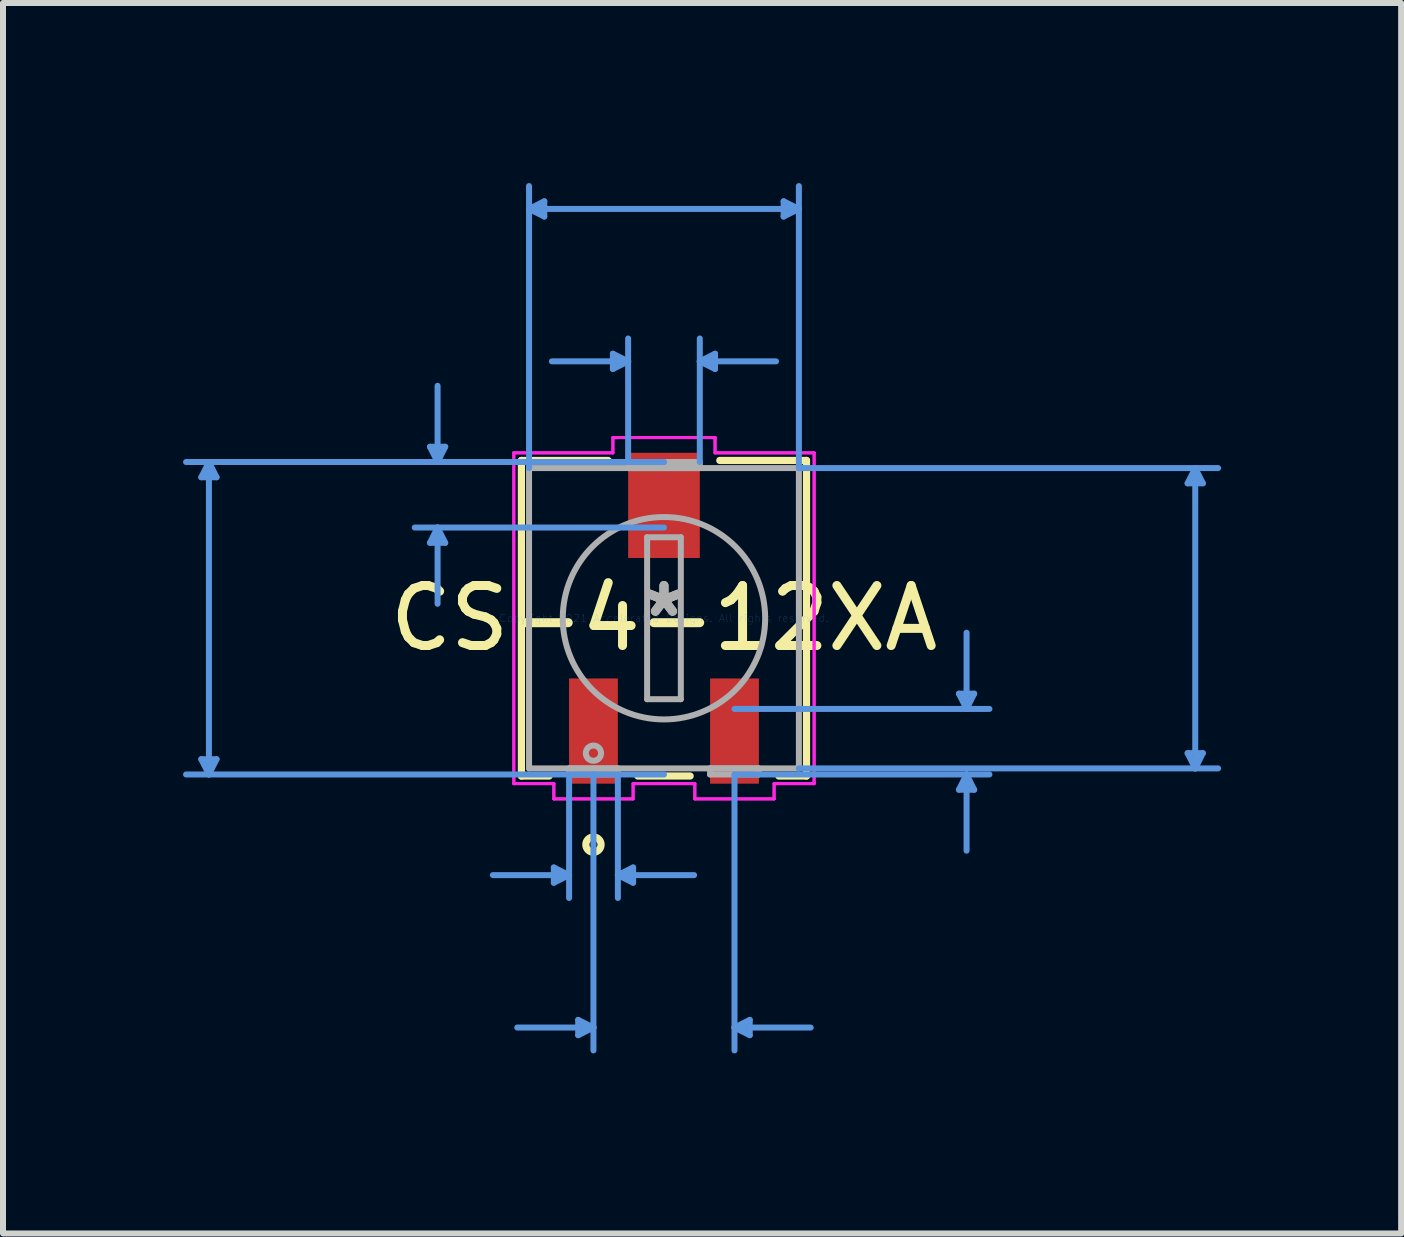
<source format=kicad_pcb>
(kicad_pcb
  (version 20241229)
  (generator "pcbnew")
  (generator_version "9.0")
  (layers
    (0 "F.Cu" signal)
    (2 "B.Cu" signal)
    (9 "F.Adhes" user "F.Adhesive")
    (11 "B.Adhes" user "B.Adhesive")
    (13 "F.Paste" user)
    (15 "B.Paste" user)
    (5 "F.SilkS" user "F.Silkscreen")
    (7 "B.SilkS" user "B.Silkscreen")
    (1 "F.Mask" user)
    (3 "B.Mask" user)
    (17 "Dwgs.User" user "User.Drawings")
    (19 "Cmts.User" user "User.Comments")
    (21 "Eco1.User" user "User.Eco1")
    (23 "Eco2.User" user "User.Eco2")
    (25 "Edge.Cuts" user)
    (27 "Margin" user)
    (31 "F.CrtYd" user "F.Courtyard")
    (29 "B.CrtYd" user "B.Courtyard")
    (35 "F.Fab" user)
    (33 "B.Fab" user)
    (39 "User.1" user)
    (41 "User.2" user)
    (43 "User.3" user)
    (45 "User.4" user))
  (footprint "CS-4-12XA"
    (layer "F.Cu")
    (at 8.013 7.251)
    (property "Reference" "CS-4-12XA" (at 0 0 0) (layer "F.SilkS") (effects (font (size 1 1) (thickness 0.15))))
    (attr through_hole)
    (fp_line (start -2.375 -2.629) (end -2.375 2.629) (stroke (width 0.12) (type solid)) (layer "F.SilkS"))
    (fp_line (start -2.375 2.629) (end -1.914 2.629) (stroke (width 0.12) (type solid)) (layer "F.SilkS"))
    (fp_line (start -0.93 -2.629) (end -2.375 -2.629) (stroke (width 0.12) (type solid)) (layer "F.SilkS"))
    (fp_line (start -0.436 2.629) (end 0.436 2.629) (stroke (width 0.12) (type solid)) (layer "F.SilkS"))
    (fp_line (start 1.914 2.629) (end 2.375 2.629) (stroke (width 0.12) (type solid)) (layer "F.SilkS"))
    (fp_line (start 2.375 -2.629) (end 0.93 -2.629) (stroke (width 0.12) (type solid)) (layer "F.SilkS"))
    (fp_line (start 2.375 -2.629) (end 2.375 2.629) (stroke (width 0.12) (type solid)) (layer "F.SilkS"))
    (fp_circle (center -1.175 3.772) (end -1.048 3.772) (stroke (width 0.12) (type solid)) (fill no) (layer "F.SilkS"))
    (fp_line (start -7.709 -2.349) (end -7.455 -2.349) (stroke (width 0.1) (type solid)) (layer "Cmts.User"))
    (fp_line (start -7.709 2.349) (end -7.455 2.349) (stroke (width 0.1) (type solid)) (layer "Cmts.User"))
    (fp_line (start -7.582 -2.603) (end -7.709 -2.349) (stroke (width 0.1) (type solid)) (layer "Cmts.User"))
    (fp_line (start -7.582 -2.603) (end -7.582 2.603) (stroke (width 0.1) (type solid)) (layer "Cmts.User"))
    (fp_line (start -7.582 -2.603) (end -7.455 -2.349) (stroke (width 0.1) (type solid)) (layer "Cmts.User"))
    (fp_line (start -7.582 2.603) (end -7.709 2.349) (stroke (width 0.1) (type solid)) (layer "Cmts.User"))
    (fp_line (start -7.582 2.603) (end -7.455 2.349) (stroke (width 0.1) (type solid)) (layer "Cmts.User"))
    (fp_line (start -3.899 -2.857) (end -3.645 -2.857) (stroke (width 0.1) (type solid)) (layer "Cmts.User"))
    (fp_line (start -3.899 -1.257) (end -3.645 -1.257) (stroke (width 0.1) (type solid)) (layer "Cmts.User"))
    (fp_line (start -3.772 -2.603) (end -3.899 -2.857) (stroke (width 0.1) (type solid)) (layer "Cmts.User"))
    (fp_line (start -3.772 -2.603) (end -3.772 -3.873) (stroke (width 0.1) (type solid)) (layer "Cmts.User"))
    (fp_line (start -3.772 -2.603) (end -3.645 -2.857) (stroke (width 0.1) (type solid)) (layer "Cmts.User"))
    (fp_line (start -3.772 -1.511) (end -3.899 -1.257) (stroke (width 0.1) (type solid)) (layer "Cmts.User"))
    (fp_line (start -3.772 -1.511) (end -3.772 -0.241) (stroke (width 0.1) (type solid)) (layer "Cmts.User"))
    (fp_line (start -3.772 -1.511) (end -3.645 -1.257) (stroke (width 0.1) (type solid)) (layer "Cmts.User"))
    (fp_line (start -2.248 -6.82) (end -1.994 -6.947) (stroke (width 0.1) (type solid)) (layer "Cmts.User"))
    (fp_line (start -2.248 -6.82) (end -1.994 -6.693) (stroke (width 0.1) (type solid)) (layer "Cmts.User"))
    (fp_line (start -2.248 -6.82) (end 2.248 -6.82) (stroke (width 0.1) (type solid)) (layer "Cmts.User"))
    (fp_line (start -2.248 -2.502) (end -2.248 -7.201) (stroke (width 0.1) (type solid)) (layer "Cmts.User"))
    (fp_line (start -1.994 -6.947) (end -1.994 -6.693) (stroke (width 0.1) (type solid)) (layer "Cmts.User"))
    (fp_line (start -1.835 4.153) (end -1.835 4.407) (stroke (width 0.1) (type solid)) (layer "Cmts.User"))
    (fp_line (start -1.581 2.603) (end -1.581 4.661) (stroke (width 0.1) (type solid)) (layer "Cmts.User"))
    (fp_line (start -1.581 4.28) (end -2.851 4.28) (stroke (width 0.1) (type solid)) (layer "Cmts.User"))
    (fp_line (start -1.581 4.28) (end -1.835 4.153) (stroke (width 0.1) (type solid)) (layer "Cmts.User"))
    (fp_line (start -1.581 4.28) (end -1.835 4.407) (stroke (width 0.1) (type solid)) (layer "Cmts.User"))
    (fp_line (start -1.429 6.693) (end -1.429 6.947) (stroke (width 0.1) (type solid)) (layer "Cmts.User"))
    (fp_line (start -1.175 2.603) (end -1.175 7.201) (stroke (width 0.1) (type solid)) (layer "Cmts.User"))
    (fp_line (start -1.175 6.82) (end -2.445 6.82) (stroke (width 0.1) (type solid)) (layer "Cmts.User"))
    (fp_line (start -1.175 6.82) (end -1.429 6.693) (stroke (width 0.1) (type solid)) (layer "Cmts.User"))
    (fp_line (start -1.175 6.82) (end -1.429 6.947) (stroke (width 0.1) (type solid)) (layer "Cmts.User"))
    (fp_line (start -0.851 -4.407) (end -0.851 -4.153) (stroke (width 0.1) (type solid)) (layer "Cmts.User"))
    (fp_line (start -0.768 2.603) (end -0.768 4.661) (stroke (width 0.1) (type solid)) (layer "Cmts.User"))
    (fp_line (start -0.768 4.28) (end -0.514 4.153) (stroke (width 0.1) (type solid)) (layer "Cmts.User"))
    (fp_line (start -0.768 4.28) (end -0.514 4.407) (stroke (width 0.1) (type solid)) (layer "Cmts.User"))
    (fp_line (start -0.768 4.28) (end 0.502 4.28) (stroke (width 0.1) (type solid)) (layer "Cmts.User"))
    (fp_line (start -0.597 -4.28) (end -1.867 -4.28) (stroke (width 0.1) (type solid)) (layer "Cmts.User"))
    (fp_line (start -0.597 -4.28) (end -0.851 -4.407) (stroke (width 0.1) (type solid)) (layer "Cmts.User"))
    (fp_line (start -0.597 -4.28) (end -0.851 -4.153) (stroke (width 0.1) (type solid)) (layer "Cmts.User"))
    (fp_line (start -0.597 -2.603) (end -0.597 -4.661) (stroke (width 0.1) (type solid)) (layer "Cmts.User"))
    (fp_line (start -0.514 4.153) (end -0.514 4.407) (stroke (width 0.1) (type solid)) (layer "Cmts.User"))
    (fp_line (start 0 -2.603) (end -7.963 -2.603) (stroke (width 0.1) (type solid)) (layer "Cmts.User"))
    (fp_line (start 0 -2.603) (end -4.153 -2.603) (stroke (width 0.1) (type solid)) (layer "Cmts.User"))
    (fp_line (start 0 -1.511) (end -4.153 -1.511) (stroke (width 0.1) (type solid)) (layer "Cmts.User"))
    (fp_line (start 0 2.603) (end -7.963 2.603) (stroke (width 0.1) (type solid)) (layer "Cmts.User"))
    (fp_line (start 0.597 -4.28) (end 0.851 -4.407) (stroke (width 0.1) (type solid)) (layer "Cmts.User"))
    (fp_line (start 0.597 -4.28) (end 0.851 -4.153) (stroke (width 0.1) (type solid)) (layer "Cmts.User"))
    (fp_line (start 0.597 -4.28) (end 1.867 -4.28) (stroke (width 0.1) (type solid)) (layer "Cmts.User"))
    (fp_line (start 0.597 -2.603) (end 0.597 -4.661) (stroke (width 0.1) (type solid)) (layer "Cmts.User"))
    (fp_line (start 0.851 -4.407) (end 0.851 -4.153) (stroke (width 0.1) (type solid)) (layer "Cmts.User"))
    (fp_line (start 1.175 1.511) (end 5.423 1.511) (stroke (width 0.1) (type solid)) (layer "Cmts.User"))
    (fp_line (start 1.175 2.603) (end 1.175 7.201) (stroke (width 0.1) (type solid)) (layer "Cmts.User"))
    (fp_line (start 1.175 2.603) (end 5.423 2.603) (stroke (width 0.1) (type solid)) (layer "Cmts.User"))
    (fp_line (start 1.175 6.82) (end 1.429 6.693) (stroke (width 0.1) (type solid)) (layer "Cmts.User"))
    (fp_line (start 1.175 6.82) (end 1.429 6.947) (stroke (width 0.1) (type solid)) (layer "Cmts.User"))
    (fp_line (start 1.175 6.82) (end 2.445 6.82) (stroke (width 0.1) (type solid)) (layer "Cmts.User"))
    (fp_line (start 1.429 6.693) (end 1.429 6.947) (stroke (width 0.1) (type solid)) (layer "Cmts.User"))
    (fp_line (start 1.994 -6.947) (end 1.994 -6.693) (stroke (width 0.1) (type solid)) (layer "Cmts.User"))
    (fp_line (start 2.248 -6.82) (end 1.994 -6.947) (stroke (width 0.1) (type solid)) (layer "Cmts.User"))
    (fp_line (start 2.248 -6.82) (end 1.994 -6.693) (stroke (width 0.1) (type solid)) (layer "Cmts.User"))
    (fp_line (start 2.248 -2.502) (end 2.248 -7.201) (stroke (width 0.1) (type solid)) (layer "Cmts.User"))
    (fp_line (start 2.248 -2.502) (end 9.233 -2.502) (stroke (width 0.1) (type solid)) (layer "Cmts.User"))
    (fp_line (start 2.248 2.502) (end 9.233 2.502) (stroke (width 0.1) (type solid)) (layer "Cmts.User"))
    (fp_line (start 4.915 1.257) (end 5.169 1.257) (stroke (width 0.1) (type solid)) (layer "Cmts.User"))
    (fp_line (start 4.915 2.857) (end 5.169 2.857) (stroke (width 0.1) (type solid)) (layer "Cmts.User"))
    (fp_line (start 5.042 1.511) (end 4.915 1.257) (stroke (width 0.1) (type solid)) (layer "Cmts.User"))
    (fp_line (start 5.042 1.511) (end 5.042 0.241) (stroke (width 0.1) (type solid)) (layer "Cmts.User"))
    (fp_line (start 5.042 1.511) (end 5.169 1.257) (stroke (width 0.1) (type solid)) (layer "Cmts.User"))
    (fp_line (start 5.042 2.603) (end 4.915 2.857) (stroke (width 0.1) (type solid)) (layer "Cmts.User"))
    (fp_line (start 5.042 2.603) (end 5.042 3.873) (stroke (width 0.1) (type solid)) (layer "Cmts.User"))
    (fp_line (start 5.042 2.603) (end 5.169 2.857) (stroke (width 0.1) (type solid)) (layer "Cmts.User"))
    (fp_line (start 8.725 -2.248) (end 8.979 -2.248) (stroke (width 0.1) (type solid)) (layer "Cmts.User"))
    (fp_line (start 8.725 2.248) (end 8.979 2.248) (stroke (width 0.1) (type solid)) (layer "Cmts.User"))
    (fp_line (start 8.852 -2.502) (end 8.725 -2.248) (stroke (width 0.1) (type solid)) (layer "Cmts.User"))
    (fp_line (start 8.852 -2.502) (end 8.852 2.502) (stroke (width 0.1) (type solid)) (layer "Cmts.User"))
    (fp_line (start 8.852 -2.502) (end 8.979 -2.248) (stroke (width 0.1) (type solid)) (layer "Cmts.User"))
    (fp_line (start 8.852 2.502) (end 8.725 2.248) (stroke (width 0.1) (type solid)) (layer "Cmts.User"))
    (fp_line (start 8.852 2.502) (end 8.979 2.248) (stroke (width 0.1) (type solid)) (layer "Cmts.User"))
    (fp_line (start -2.502 -2.756) (end -0.851 -2.756) (stroke (width 0.05) (type solid)) (layer "F.CrtYd"))
    (fp_line (start -2.502 -2.756) (end -0.851 -2.756) (stroke (width 0.05) (type solid)) (layer "F.CrtYd"))
    (fp_line (start -2.502 2.756) (end -2.502 -2.756) (stroke (width 0.05) (type solid)) (layer "F.CrtYd"))
    (fp_line (start -2.502 2.756) (end -2.502 -2.756) (stroke (width 0.05) (type solid)) (layer "F.CrtYd"))
    (fp_line (start -1.835 2.756) (end -2.502 2.756) (stroke (width 0.05) (type solid)) (layer "F.CrtYd"))
    (fp_line (start -1.835 2.756) (end -2.502 2.756) (stroke (width 0.05) (type solid)) (layer "F.CrtYd"))
    (fp_line (start -1.835 3.01) (end -1.835 2.756) (stroke (width 0.05) (type solid)) (layer "F.CrtYd"))
    (fp_line (start -1.835 3.01) (end -1.835 2.756) (stroke (width 0.05) (type solid)) (layer "F.CrtYd"))
    (fp_line (start -0.851 -3.01) (end 0.851 -3.01) (stroke (width 0.05) (type solid)) (layer "F.CrtYd"))
    (fp_line (start -0.851 -3.01) (end 0.851 -3.01) (stroke (width 0.05) (type solid)) (layer "F.CrtYd"))
    (fp_line (start -0.851 -2.756) (end -0.851 -3.01) (stroke (width 0.05) (type solid)) (layer "F.CrtYd"))
    (fp_line (start -0.851 -2.756) (end -0.851 -3.01) (stroke (width 0.05) (type solid)) (layer "F.CrtYd"))
    (fp_line (start -0.514 2.756) (end -0.514 3.01) (stroke (width 0.05) (type solid)) (layer "F.CrtYd"))
    (fp_line (start -0.514 2.756) (end -0.514 3.01) (stroke (width 0.05) (type solid)) (layer "F.CrtYd"))
    (fp_line (start -0.514 3.01) (end -1.835 3.01) (stroke (width 0.05) (type solid)) (layer "F.CrtYd"))
    (fp_line (start -0.514 3.01) (end -1.835 3.01) (stroke (width 0.05) (type solid)) (layer "F.CrtYd"))
    (fp_line (start 0.514 2.756) (end -0.514 2.756) (stroke (width 0.05) (type solid)) (layer "F.CrtYd"))
    (fp_line (start 0.514 2.756) (end -0.514 2.756) (stroke (width 0.05) (type solid)) (layer "F.CrtYd"))
    (fp_line (start 0.514 3.01) (end 0.514 2.756) (stroke (width 0.05) (type solid)) (layer "F.CrtYd"))
    (fp_line (start 0.514 3.01) (end 0.514 2.756) (stroke (width 0.05) (type solid)) (layer "F.CrtYd"))
    (fp_line (start 0.851 -3.01) (end 0.851 -2.756) (stroke (width 0.05) (type solid)) (layer "F.CrtYd"))
    (fp_line (start 0.851 -3.01) (end 0.851 -2.756) (stroke (width 0.05) (type solid)) (layer "F.CrtYd"))
    (fp_line (start 0.851 -2.756) (end 2.502 -2.756) (stroke (width 0.05) (type solid)) (layer "F.CrtYd"))
    (fp_line (start 0.851 -2.756) (end 2.502 -2.756) (stroke (width 0.05) (type solid)) (layer "F.CrtYd"))
    (fp_line (start 1.835 2.756) (end 1.835 3.01) (stroke (width 0.05) (type solid)) (layer "F.CrtYd"))
    (fp_line (start 1.835 2.756) (end 1.835 3.01) (stroke (width 0.05) (type solid)) (layer "F.CrtYd"))
    (fp_line (start 1.835 3.01) (end 0.514 3.01) (stroke (width 0.05) (type solid)) (layer "F.CrtYd"))
    (fp_line (start 1.835 3.01) (end 0.514 3.01) (stroke (width 0.05) (type solid)) (layer "F.CrtYd"))
    (fp_line (start 2.502 -2.756) (end 2.502 2.756) (stroke (width 0.05) (type solid)) (layer "F.CrtYd"))
    (fp_line (start 2.502 -2.756) (end 2.502 2.756) (stroke (width 0.05) (type solid)) (layer "F.CrtYd"))
    (fp_line (start 2.502 2.756) (end 1.835 2.756) (stroke (width 0.05) (type solid)) (layer "F.CrtYd"))
    (fp_line (start 2.502 2.756) (end 1.835 2.756) (stroke (width 0.05) (type solid)) (layer "F.CrtYd"))
    (fp_line (start -2.248 -2.502) (end -2.248 2.502) (stroke (width 0.1) (type solid)) (layer "F.Fab"))
    (fp_line (start -2.248 2.502) (end 2.248 2.502) (stroke (width 0.1) (type solid)) (layer "F.Fab"))
    (fp_line (start -1.581 2.502) (end -1.581 2.603) (stroke (width 0.1) (type solid)) (layer "F.Fab"))
    (fp_line (start -1.581 2.603) (end -0.768 2.603) (stroke (width 0.1) (type solid)) (layer "F.Fab"))
    (fp_line (start -0.768 2.502) (end -1.581 2.502) (stroke (width 0.1) (type solid)) (layer "F.Fab"))
    (fp_line (start -0.768 2.603) (end -0.768 2.502) (stroke (width 0.1) (type solid)) (layer "F.Fab"))
    (fp_line (start -0.597 -2.603) (end -0.597 -2.502) (stroke (width 0.1) (type solid)) (layer "F.Fab"))
    (fp_line (start -0.597 -2.502) (end 0.597 -2.502) (stroke (width 0.1) (type solid)) (layer "F.Fab"))
    (fp_line (start -0.281 -1.349) (end -0.281 1.349) (stroke (width 0.1) (type solid)) (layer "F.Fab"))
    (fp_line (start -0.281 -1.349) (end 0.281 -1.349) (stroke (width 0.1) (type solid)) (layer "F.Fab"))
    (fp_line (start -0.281 1.349) (end 0.281 1.349) (stroke (width 0.1) (type solid)) (layer "F.Fab"))
    (fp_line (start 0.281 -1.349) (end 0.281 1.349) (stroke (width 0.1) (type solid)) (layer "F.Fab"))
    (fp_line (start 0.597 -2.603) (end -0.597 -2.603) (stroke (width 0.1) (type solid)) (layer "F.Fab"))
    (fp_line (start 0.597 -2.502) (end 0.597 -2.603) (stroke (width 0.1) (type solid)) (layer "F.Fab"))
    (fp_line (start 0.768 2.502) (end 0.768 2.603) (stroke (width 0.1) (type solid)) (layer "F.Fab"))
    (fp_line (start 0.768 2.603) (end 1.581 2.603) (stroke (width 0.1) (type solid)) (layer "F.Fab"))
    (fp_line (start 1.581 2.502) (end 0.768 2.502) (stroke (width 0.1) (type solid)) (layer "F.Fab"))
    (fp_line (start 1.581 2.603) (end 1.581 2.502) (stroke (width 0.1) (type solid)) (layer "F.Fab"))
    (fp_line (start 2.248 -2.502) (end -2.248 -2.502) (stroke (width 0.1) (type solid)) (layer "F.Fab"))
    (fp_line (start 2.248 -2.502) (end 2.248 2.502) (stroke (width 0.1) (type solid)) (layer "F.Fab"))
    (fp_circle (center -1.175 2.248) (end -1.048 2.248) (stroke (width 0.1) (type solid)) (fill no) (layer "F.Fab"))
    (fp_circle (center 0 0) (end 1.686 0) (stroke (width 0.1) (type solid)) (fill no) (layer "F.Fab"))
    (fp_text user "*" (at 0 0 0) (layer "F.SilkS") (effects (font (size 1 1) (thickness 0.15))))
    (fp_text user "Copyright 2021 Accelerated Designs. All rights reserved." (at 0 0 0) (layer "Cmts.User") (effects (font (size 0.127 0.127) (thickness 0.002))))
    (fp_text user "*" (at 0 0 0) (layer "F.Fab") (effects (font (size 1 1) (thickness 0.15))))
    (pad "1" smd rect (at -1.175 1.88) (size 0.813 1.753) (layers "F.Cu" "F.Mask" "F.Paste"))
    (pad "2" smd rect (at 1.175 1.88) (size 0.813 1.753) (layers "F.Cu" "F.Mask" "F.Paste"))
    (pad "C" smd rect (at 0 -1.88) (size 1.194 1.753) (layers "F.Cu" "F.Mask" "F.Paste")))
  (gr_rect
    (start -3 -3)
    (end 20.296 17.502)
    (stroke (width 0.1) (type default))
    (fill no)
    (layer "Edge.Cuts")))
</source>
